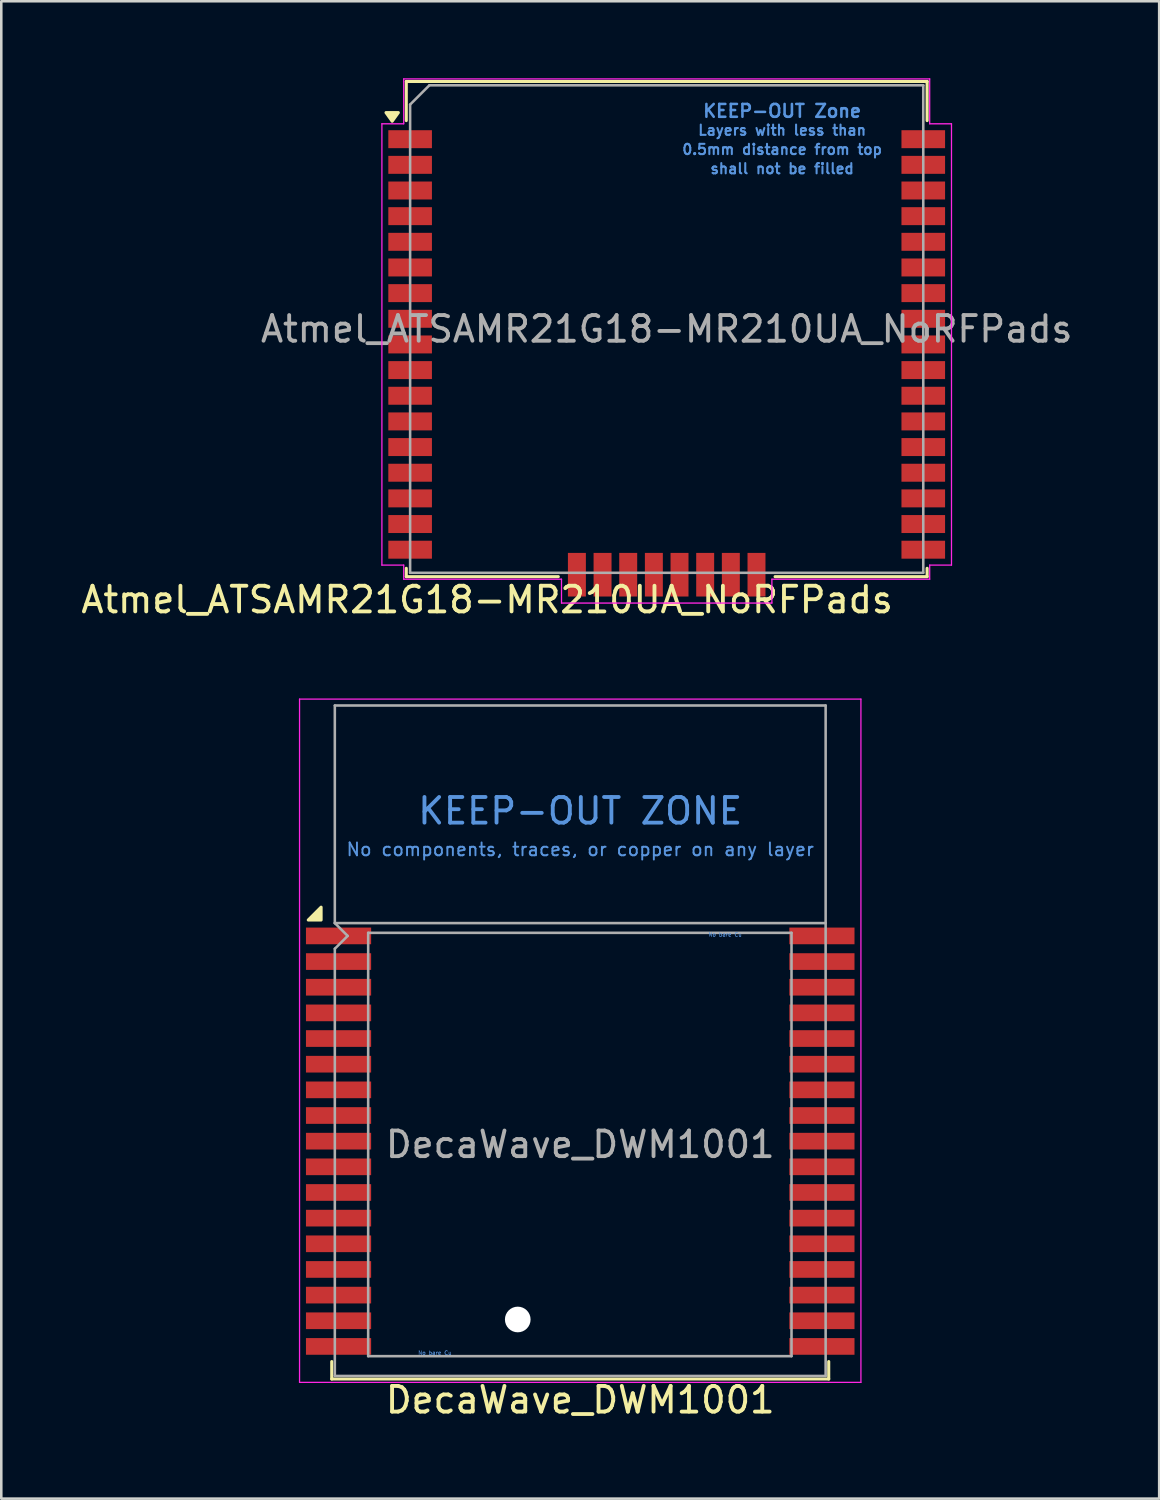
<source format=kicad_pcb>
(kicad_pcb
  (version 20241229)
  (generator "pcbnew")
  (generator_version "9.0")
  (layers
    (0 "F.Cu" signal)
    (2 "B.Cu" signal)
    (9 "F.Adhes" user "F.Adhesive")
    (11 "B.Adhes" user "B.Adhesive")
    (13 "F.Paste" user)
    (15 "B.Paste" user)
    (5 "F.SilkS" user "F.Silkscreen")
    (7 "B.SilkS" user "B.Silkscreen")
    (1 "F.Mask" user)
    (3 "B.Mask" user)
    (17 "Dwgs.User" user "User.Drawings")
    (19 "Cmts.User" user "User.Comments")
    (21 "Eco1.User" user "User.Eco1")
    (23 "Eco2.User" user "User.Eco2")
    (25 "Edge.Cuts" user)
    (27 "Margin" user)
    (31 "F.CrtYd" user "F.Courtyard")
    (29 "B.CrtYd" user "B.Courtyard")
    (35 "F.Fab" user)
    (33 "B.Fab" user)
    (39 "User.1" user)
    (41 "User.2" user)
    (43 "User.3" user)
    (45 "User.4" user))
  (footprint "Atmel_ATSAMR21G18-MR210UA_NoRFPads"
    (layer "F.Cu")
    (at 22.935 9.775)
    (property "Reference" "Atmel_ATSAMR21G18-MR210UA_NoRFPads" (at -7 10.55 0) (layer "F.SilkS") (effects (font (size 1 1) (thickness 0.15))))
    (attr smd)
    (fp_line (start -10.15 -9.65) (end -10.15 -8.125) (stroke (width 0.12) (type solid)) (layer "F.SilkS"))
    (fp_line (start -10.15 -9.65) (end 10.15 -9.65) (stroke (width 0.12) (type solid)) (layer "F.SilkS"))
    (fp_line (start -10.15 9.325) (end -10.15 9.65) (stroke (width 0.12) (type solid)) (layer "F.SilkS"))
    (fp_line (start -10.15 9.65) (end -4.225 9.65) (stroke (width 0.12) (type solid)) (layer "F.SilkS"))
    (fp_line (start 10.15 -9.65) (end 10.15 -8.125) (stroke (width 0.12) (type solid)) (layer "F.SilkS"))
    (fp_line (start 10.15 9.325) (end 10.15 9.65) (stroke (width 0.12) (type solid)) (layer "F.SilkS"))
    (fp_line (start 10.15 9.65) (end 4.225 9.65) (stroke (width 0.12) (type solid)) (layer "F.SilkS"))
    (fp_poly (pts (xy -10.7 -8.1) (xy -10.94 -8.436) (xy -10.46 -8.436) (xy -10.7 -8.1)) (stroke (width 0.12) (type solid)) (fill yes) (layer "F.SilkS"))
    (fp_line (start -11.1 -8) (end -11.1 9.2) (stroke (width 0.05) (type solid)) (layer "F.CrtYd"))
    (fp_line (start -10.25 -9.75) (end 10.25 -9.75) (stroke (width 0.05) (type solid)) (layer "F.CrtYd"))
    (fp_line (start -10.25 -8) (end -11.1 -8) (stroke (width 0.05) (type solid)) (layer "F.CrtYd"))
    (fp_line (start -10.25 -8) (end -10.25 -9.75) (stroke (width 0.05) (type solid)) (layer "F.CrtYd"))
    (fp_line (start -10.25 9.2) (end -11.1 9.2) (stroke (width 0.05) (type solid)) (layer "F.CrtYd"))
    (fp_line (start -10.25 9.2) (end -10.25 9.75) (stroke (width 0.05) (type solid)) (layer "F.CrtYd"))
    (fp_line (start -10.25 9.75) (end -4.1 9.75) (stroke (width 0.05) (type solid)) (layer "F.CrtYd"))
    (fp_line (start -4.1 10.68) (end -4.1 9.75) (stroke (width 0.05) (type solid)) (layer "F.CrtYd"))
    (fp_line (start 0 10.68) (end -4.1 10.68) (stroke (width 0.05) (type solid)) (layer "F.CrtYd"))
    (fp_line (start 0 10.68) (end 4.1 10.68) (stroke (width 0.05) (type solid)) (layer "F.CrtYd"))
    (fp_line (start 4.1 10.68) (end 4.1 9.75) (stroke (width 0.05) (type solid)) (layer "F.CrtYd"))
    (fp_line (start 10.25 -9.75) (end 10.25 -8) (stroke (width 0.05) (type solid)) (layer "F.CrtYd"))
    (fp_line (start 10.25 -8) (end 11.1 -8) (stroke (width 0.05) (type solid)) (layer "F.CrtYd"))
    (fp_line (start 10.25 9.2) (end 10.25 9.75) (stroke (width 0.05) (type solid)) (layer "F.CrtYd"))
    (fp_line (start 10.25 9.2) (end 11.1 9.2) (stroke (width 0.05) (type solid)) (layer "F.CrtYd"))
    (fp_line (start 10.25 9.75) (end 4.1 9.75) (stroke (width 0.05) (type solid)) (layer "F.CrtYd"))
    (fp_line (start 11.1 -8) (end 11.1 9.2) (stroke (width 0.05) (type solid)) (layer "F.CrtYd"))
    (fp_line (start -10 -8.75) (end -10 9.5) (stroke (width 0.1) (type solid)) (layer "F.Fab"))
    (fp_line (start -10 -8.75) (end -9.25 -9.5) (stroke (width 0.1) (type solid)) (layer "F.Fab"))
    (fp_line (start -10 9.5) (end 10 9.5) (stroke (width 0.1) (type solid)) (layer "F.Fab"))
    (fp_line (start 10 -9.5) (end -9.25 -9.5) (stroke (width 0.1) (type solid)) (layer "F.Fab"))
    (fp_line (start 10 9.5) (end 10 -9.5) (stroke (width 0.1) (type solid)) (layer "F.Fab"))
    (fp_text user "0.5mm distance from top" (at 4.5 -7 0) (layer "Cmts.User") (effects (font (size 0.4 0.4) (thickness 0.08))))
    (fp_text user "KEEP-OUT Zone" (at 4.5 -8.5 0) (layer "Cmts.User") (effects (font (size 0.5 0.5) (thickness 0.1))))
    (fp_text user "Layers with less than" (at 4.5 -7.75 0) (layer "Cmts.User") (effects (font (size 0.4 0.4) (thickness 0.08))))
    (fp_text user "shall not be filled" (at 4.5 -6.25 0) (layer "Cmts.User") (effects (font (size 0.4 0.4) (thickness 0.08))))
    (fp_text user "${REFERENCE}" (at 0 0 0) (layer "F.Fab") (effects (font (size 1 1) (thickness 0.15))))
    (pad "1" smd rect (at -10 -7.4) (size 1.7 0.7) (layers "F.Cu" "F.Mask" "F.Paste"))
    (pad "2" smd rect (at -10 -6.4) (size 1.7 0.7) (layers "F.Cu" "F.Mask" "F.Paste"))
    (pad "3" smd rect (at -10 -5.4) (size 1.7 0.7) (layers "F.Cu" "F.Mask" "F.Paste"))
    (pad "4" smd rect (at -10 -4.4) (size 1.7 0.7) (layers "F.Cu" "F.Mask" "F.Paste"))
    (pad "5" smd rect (at -10 -3.4) (size 1.7 0.7) (layers "F.Cu" "F.Mask" "F.Paste"))
    (pad "6" smd rect (at -10 -2.4) (size 1.7 0.7) (layers "F.Cu" "F.Mask" "F.Paste"))
    (pad "7" smd rect (at -10 -1.4) (size 1.7 0.7) (layers "F.Cu" "F.Mask" "F.Paste"))
    (pad "8" smd rect (at -10 -0.4) (size 1.7 0.7) (layers "F.Cu" "F.Mask" "F.Paste"))
    (pad "9" smd rect (at -10 0.6) (size 1.7 0.7) (layers "F.Cu" "F.Mask" "F.Paste"))
    (pad "10" smd rect (at -10 1.6) (size 1.7 0.7) (layers "F.Cu" "F.Mask" "F.Paste"))
    (pad "11" smd rect (at -10 2.6) (size 1.7 0.7) (layers "F.Cu" "F.Mask" "F.Paste"))
    (pad "12" smd rect (at -10 3.6) (size 1.7 0.7) (layers "F.Cu" "F.Mask" "F.Paste"))
    (pad "13" smd rect (at -10 4.6) (size 1.7 0.7) (layers "F.Cu" "F.Mask" "F.Paste"))
    (pad "14" smd rect (at -10 5.6) (size 1.7 0.7) (layers "F.Cu" "F.Mask" "F.Paste"))
    (pad "15" smd rect (at -10 6.6) (size 1.7 0.7) (layers "F.Cu" "F.Mask" "F.Paste"))
    (pad "16" smd rect (at -10 7.6) (size 1.7 0.7) (layers "F.Cu" "F.Mask" "F.Paste"))
    (pad "17" smd rect (at -10 8.6) (size 1.7 0.7) (layers "F.Cu" "F.Mask" "F.Paste"))
    (pad "18" smd rect (at -3.5 9.575) (size 0.7 1.7) (layers "F.Cu" "F.Mask" "F.Paste"))
    (pad "19" smd rect (at -2.5 9.575) (size 0.7 1.7) (layers "F.Cu" "F.Mask" "F.Paste"))
    (pad "20" smd rect (at -1.5 9.575) (size 0.7 1.7) (layers "F.Cu" "F.Mask" "F.Paste"))
    (pad "21" smd rect (at -0.5 9.575) (size 0.7 1.7) (layers "F.Cu" "F.Mask" "F.Paste"))
    (pad "22" smd rect (at 0.5 9.575) (size 0.7 1.7) (layers "F.Cu" "F.Mask" "F.Paste"))
    (pad "23" smd rect (at 1.5 9.575) (size 0.7 1.7) (layers "F.Cu" "F.Mask" "F.Paste"))
    (pad "24" smd rect (at 2.5 9.575) (size 0.7 1.7) (layers "F.Cu" "F.Mask" "F.Paste"))
    (pad "25" smd rect (at 3.5 9.575) (size 0.7 1.7) (layers "F.Cu" "F.Mask" "F.Paste"))
    (pad "26" smd rect (at 10 8.6) (size 1.7 0.7) (layers "F.Cu" "F.Mask" "F.Paste"))
    (pad "27" smd rect (at 10 7.6) (size 1.7 0.7) (layers "F.Cu" "F.Mask" "F.Paste"))
    (pad "28" smd rect (at 10 6.6) (size 1.7 0.7) (layers "F.Cu" "F.Mask" "F.Paste"))
    (pad "29" smd rect (at 10 5.6) (size 1.7 0.7) (layers "F.Cu" "F.Mask" "F.Paste"))
    (pad "30" smd rect (at 10 4.6) (size 1.7 0.7) (layers "F.Cu" "F.Mask" "F.Paste"))
    (pad "31" smd rect (at 10 3.6) (size 1.7 0.7) (layers "F.Cu" "F.Mask" "F.Paste"))
    (pad "32" smd rect (at 10 2.6) (size 1.7 0.7) (layers "F.Cu" "F.Mask" "F.Paste"))
    (pad "33" smd rect (at 10 1.6) (size 1.7 0.7) (layers "F.Cu" "F.Mask" "F.Paste"))
    (pad "34" smd rect (at 10 0.6) (size 1.7 0.7) (layers "F.Cu" "F.Mask" "F.Paste"))
    (pad "35" smd rect (at 10 -0.4) (size 1.7 0.7) (layers "F.Cu" "F.Mask" "F.Paste"))
    (pad "36" smd rect (at 10 -1.4) (size 1.7 0.7) (layers "F.Cu" "F.Mask" "F.Paste"))
    (pad "37" smd rect (at 10 -2.4) (size 1.7 0.7) (layers "F.Cu" "F.Mask" "F.Paste"))
    (pad "38" smd rect (at 10 -3.4) (size 1.7 0.7) (layers "F.Cu" "F.Mask" "F.Paste"))
    (pad "39" smd rect (at 10 -4.4) (size 1.7 0.7) (layers "F.Cu" "F.Mask" "F.Paste"))
    (pad "40" smd rect (at 10 -5.4) (size 1.7 0.7) (layers "F.Cu" "F.Mask" "F.Paste"))
    (pad "41" smd rect (at 10 -6.4) (size 1.7 0.7) (layers "F.Cu" "F.Mask" "F.Paste"))
    (pad "42" smd rect (at 10 -7.4) (size 1.7 0.7) (layers "F.Cu" "F.Mask" "F.Paste"))
    (zone (net_name "") (layer "F.Cu") (hatch full 0.508) (connect_pads) (min_thickness 0.254) (filled_areas_thickness no) (keepout (tracks not_allowed) (vias not_allowed) (pads not_allowed) (copperpour not_allowed) (footprints not_allowed)) (placement (enabled no)) (fill) (polygon (pts (xy 32.935 1.775) (xy 31.685 1.775) (xy 31.685 4.275) (xy 22.935 4.275) (xy 22.935 0.275) (xy 32.935 0.275)))))
  (footprint "DecaWave_DWM1001"
    (layer "F.Cu")
    (at 19.565 41.558)
    (property "Reference" "DecaWave_DWM1001" (at 0 9.955 0) (layer "F.SilkS") (effects (font (size 1 1) (thickness 0.15))))
    (attr smd)
    (fp_line (start -9.685 8.46) (end -9.685 9.14) (stroke (width 0.12) (type solid)) (layer "F.SilkS"))
    (fp_line (start 9.685 8.46) (end 9.685 9.14) (stroke (width 0.12) (type solid)) (layer "F.SilkS"))
    (fp_line (start 9.685 9.14) (end -9.685 9.14) (stroke (width 0.12) (type solid)) (layer "F.SilkS"))
    (fp_poly (pts (xy -10.1 -8.75) (xy -10.6 -8.75) (xy -10.1 -9.25) (xy -10.1 -8.75)) (stroke (width 0.12) (type solid)) (fill yes) (layer "F.SilkS"))
    (fp_line (start -10.94 -17.36) (end -10.94 9.27) (stroke (width 0.05) (type solid)) (layer "F.CrtYd"))
    (fp_line (start -10.94 -17.36) (end 10.94 -17.36) (stroke (width 0.05) (type solid)) (layer "F.CrtYd"))
    (fp_line (start -10.94 9.27) (end 10.94 9.27) (stroke (width 0.05) (type solid)) (layer "F.CrtYd"))
    (fp_line (start 10.94 -17.36) (end 10.94 9.27) (stroke (width 0.05) (type solid)) (layer "F.CrtYd"))
    (fp_line (start -9.565 -8.63) (end -9.565 -17.11) (stroke (width 0.1) (type solid)) (layer "F.Fab"))
    (fp_line (start -9.565 -8.63) (end -9.065 -8.13) (stroke (width 0.1) (type solid)) (layer "F.Fab"))
    (fp_line (start -9.565 9.02) (end -9.565 -7.63) (stroke (width 0.1) (type solid)) (layer "F.Fab"))
    (fp_line (start -9.065 -8.13) (end -9.565 -7.63) (stroke (width 0.1) (type solid)) (layer "F.Fab"))
    (fp_line (start -8.265 -8.25) (end -8.265 8.25) (stroke (width 0.1) (type solid)) (layer "F.Fab"))
    (fp_line (start -8.265 -8.25) (end 8.235 -8.25) (stroke (width 0.1) (type solid)) (layer "F.Fab"))
    (fp_line (start -8.265 8.25) (end 8.235 8.25) (stroke (width 0.1) (type solid)) (layer "F.Fab"))
    (fp_line (start 8.235 -8.25) (end 8.235 8.25) (stroke (width 0.1) (type solid)) (layer "F.Fab"))
    (fp_line (start 9.565 -17.11) (end -9.565 -17.11) (stroke (width 0.1) (type solid)) (layer "F.Fab"))
    (fp_line (start 9.565 -8.63) (end -9.565 -8.63) (stroke (width 0.1) (type solid)) (layer "F.Fab"))
    (fp_line (start 9.565 9.02) (end -9.565 9.02) (stroke (width 0.1) (type solid)) (layer "F.Fab"))
    (fp_line (start 9.565 9.02) (end 9.565 -17.11) (stroke (width 0.1) (type solid)) (layer "F.Fab"))
    (fp_text user "No components, traces, or copper on any layer" (at 0 -11.5 0) (layer "Cmts.User") (effects (font (size 0.5 0.5) (thickness 0.075))))
    (fp_text user "KEEP-OUT ZONE" (at 0 -13 0) (layer "Cmts.User") (effects (font (size 1 1) (thickness 0.15))))
    (fp_text user "No bare Cu" (at -5.665 8.12 0) (layer "Cmts.User") (effects (font (size 0.15 0.15) (thickness 0.022))))
    (fp_text user "No bare Cu" (at 5.645 -8.18 0) (layer "Cmts.User") (effects (font (size 0.15 0.15) (thickness 0.022))))
    (fp_text user "${REFERENCE}" (at 0 0 0) (layer "F.Fab") (effects (font (size 1 1) (thickness 0.15))))
    (pad "" np_thru_hole circle (at -2.435 6.82) (size 1 1) (drill 1) (layers "*.Cu" "*.Mask"))
    (pad "1" smd rect (at -9.42 -8.13) (size 2.54 0.65) (layers "F.Cu" "F.Mask" "F.Paste"))
    (pad "2" smd rect (at -9.42 -7.13) (size 2.54 0.65) (layers "F.Cu" "F.Mask" "F.Paste"))
    (pad "3" smd rect (at -9.42 -6.13) (size 2.54 0.65) (layers "F.Cu" "F.Mask" "F.Paste"))
    (pad "4" smd rect (at -9.42 -5.13) (size 2.54 0.65) (layers "F.Cu" "F.Mask" "F.Paste"))
    (pad "5" smd rect (at -9.42 -4.13) (size 2.54 0.65) (layers "F.Cu" "F.Mask" "F.Paste"))
    (pad "6" smd rect (at -9.42 -3.13) (size 2.54 0.65) (layers "F.Cu" "F.Mask" "F.Paste"))
    (pad "7" smd rect (at -9.42 -2.13) (size 2.54 0.65) (layers "F.Cu" "F.Mask" "F.Paste"))
    (pad "8" smd rect (at -9.42 -1.13) (size 2.54 0.65) (layers "F.Cu" "F.Mask" "F.Paste"))
    (pad "9" smd rect (at -9.42 -0.13) (size 2.54 0.65) (layers "F.Cu" "F.Mask" "F.Paste"))
    (pad "10" smd rect (at -9.42 0.87) (size 2.54 0.65) (layers "F.Cu" "F.Mask" "F.Paste"))
    (pad "11" smd rect (at -9.42 1.87) (size 2.54 0.65) (layers "F.Cu" "F.Mask" "F.Paste"))
    (pad "12" smd rect (at -9.42 2.87) (size 2.54 0.65) (layers "F.Cu" "F.Mask" "F.Paste"))
    (pad "13" smd rect (at -9.42 3.87) (size 2.54 0.65) (layers "F.Cu" "F.Mask" "F.Paste"))
    (pad "14" smd rect (at -9.42 4.87) (size 2.54 0.65) (layers "F.Cu" "F.Mask" "F.Paste"))
    (pad "15" smd rect (at -9.42 5.87) (size 2.54 0.65) (layers "F.Cu" "F.Mask" "F.Paste"))
    (pad "16" smd rect (at -9.42 6.87) (size 2.54 0.65) (layers "F.Cu" "F.Mask" "F.Paste"))
    (pad "17" smd rect (at -9.42 7.87) (size 2.54 0.65) (layers "F.Cu" "F.Mask" "F.Paste"))
    (pad "18" smd rect (at 9.42 7.87) (size 2.54 0.65) (layers "F.Cu" "F.Mask" "F.Paste"))
    (pad "19" smd rect (at 9.42 6.87) (size 2.54 0.65) (layers "F.Cu" "F.Mask" "F.Paste"))
    (pad "20" smd rect (at 9.42 5.87) (size 2.54 0.65) (layers "F.Cu" "F.Mask" "F.Paste"))
    (pad "21" smd rect (at 9.42 4.87) (size 2.54 0.65) (layers "F.Cu" "F.Mask" "F.Paste"))
    (pad "22" smd rect (at 9.42 3.87) (size 2.54 0.65) (layers "F.Cu" "F.Mask" "F.Paste"))
    (pad "23" smd rect (at 9.42 2.87) (size 2.54 0.65) (layers "F.Cu" "F.Mask" "F.Paste"))
    (pad "24" smd rect (at 9.42 1.87) (size 2.54 0.65) (layers "F.Cu" "F.Mask" "F.Paste"))
    (pad "25" smd rect (at 9.42 0.87) (size 2.54 0.65) (layers "F.Cu" "F.Mask" "F.Paste"))
    (pad "26" smd rect (at 9.42 -0.13) (size 2.54 0.65) (layers "F.Cu" "F.Mask" "F.Paste"))
    (pad "27" smd rect (at 9.42 -1.13) (size 2.54 0.65) (layers "F.Cu" "F.Mask" "F.Paste"))
    (pad "28" smd rect (at 9.42 -2.13) (size 2.54 0.65) (layers "F.Cu" "F.Mask" "F.Paste"))
    (pad "29" smd rect (at 9.42 -3.13) (size 2.54 0.65) (layers "F.Cu" "F.Mask" "F.Paste"))
    (pad "30" smd rect (at 9.42 -4.13) (size 2.54 0.65) (layers "F.Cu" "F.Mask" "F.Paste"))
    (pad "31" smd rect (at 9.42 -5.13) (size 2.54 0.65) (layers "F.Cu" "F.Mask" "F.Paste"))
    (pad "32" smd rect (at 9.42 -6.13) (size 2.54 0.65) (layers "F.Cu" "F.Mask" "F.Paste"))
    (pad "33" smd rect (at 9.42 -7.13) (size 2.54 0.65) (layers "F.Cu" "F.Mask" "F.Paste"))
    (pad "34" smd rect (at 9.42 -8.13) (size 2.54 0.65) (layers "F.Cu" "F.Mask" "F.Paste"))
    (zone (net_name "") (layer "F.Cu") (hatch full 0.508) (connect_pads) (min_thickness 0.254) (filled_areas_thickness no) (keepout (tracks not_allowed) (vias not_allowed) (pads not_allowed) (copperpour not_allowed) (footprints not_allowed)) (placement (enabled no)) (fill) (polygon (pts (xy 13.15 49.978) (xy 14.65 49.978) (xy 14.65 49.378) (xy 13.15 49.378))))
    (zone (net_name "") (layer "F.Cu") (hatch full 0.508) (connect_pads) (min_thickness 0.254) (filled_areas_thickness no) (keepout (tracks not_allowed) (vias not_allowed) (pads not_allowed) (copperpour not_allowed) (footprints not_allowed)) (placement (enabled no)) (fill) (polygon (pts (xy 24.46 33.678) (xy 25.96 33.678) (xy 25.96 33.078) (xy 24.46 33.078))))
    (zone (net_name "") (layers "F.Cu" "B.Cu") (hatch full 0.508) (connect_pads) (min_thickness 0.254) (filled_areas_thickness no) (keepout (tracks not_allowed) (vias not_allowed) (pads not_allowed) (copperpour not_allowed) (footprints not_allowed)) (placement (enabled no)) (fill) (polygon (pts (xy 0 32.928) (xy 39.13 32.928) (xy 39.13 24.448) (xy 0 24.448)))))
  (gr_rect
    (start -3 -3)
    (end 42.13 55.361)
    (stroke (width 0.1) (type default))
    (fill no)
    (layer "Edge.Cuts")))
</source>
